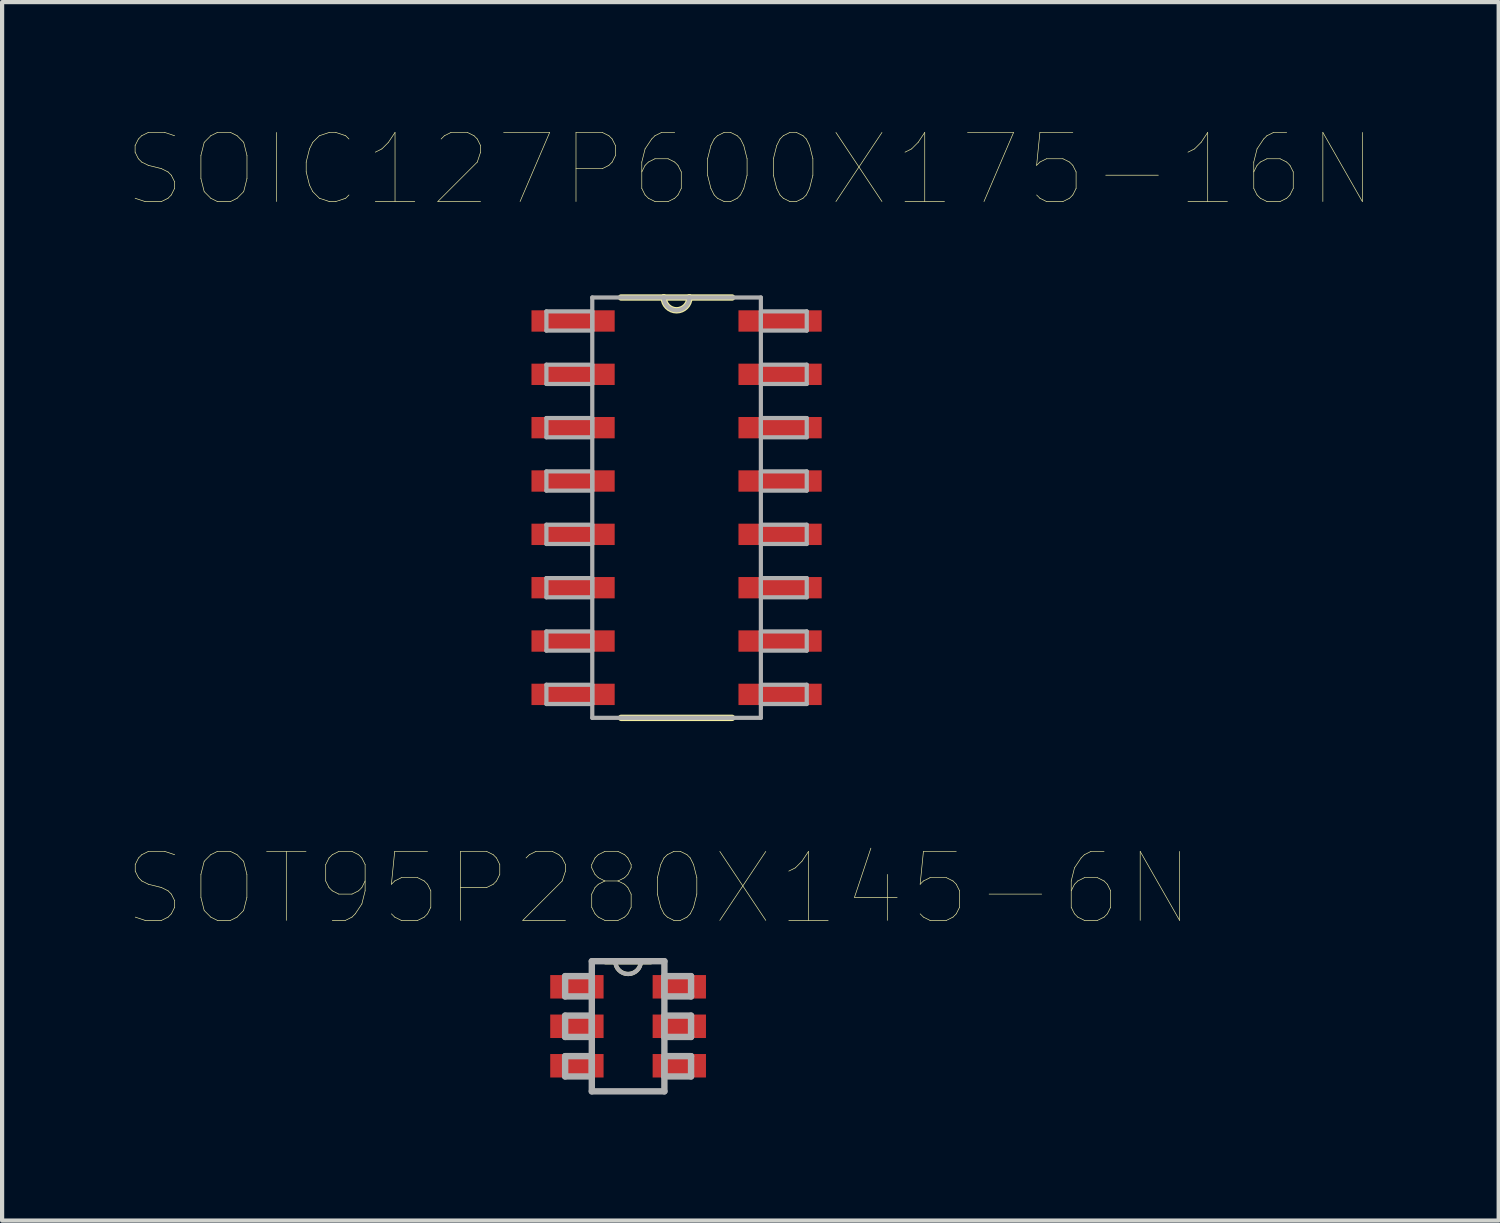
<source format=kicad_pcb>
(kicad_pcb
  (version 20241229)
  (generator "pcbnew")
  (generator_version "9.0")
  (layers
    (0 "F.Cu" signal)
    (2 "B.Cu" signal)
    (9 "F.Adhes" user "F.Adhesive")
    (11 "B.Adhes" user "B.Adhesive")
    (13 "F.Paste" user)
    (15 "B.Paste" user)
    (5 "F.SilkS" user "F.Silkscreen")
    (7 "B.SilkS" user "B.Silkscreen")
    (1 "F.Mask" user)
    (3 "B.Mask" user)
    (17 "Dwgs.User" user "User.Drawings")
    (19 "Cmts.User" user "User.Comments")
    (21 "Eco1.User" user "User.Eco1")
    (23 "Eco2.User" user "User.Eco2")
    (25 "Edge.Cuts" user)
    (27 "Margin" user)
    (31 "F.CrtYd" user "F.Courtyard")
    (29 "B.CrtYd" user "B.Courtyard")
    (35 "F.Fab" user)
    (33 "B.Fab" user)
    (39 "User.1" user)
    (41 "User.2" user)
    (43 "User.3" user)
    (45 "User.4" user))
  (footprint "SOIC127P600X175-16N"
    (layer "F.Cu")
    (at 13.058 9.037)
    (property "Reference" "SOIC127P600X175-16N" (at 1.757 -8.049 0) (layer "F.SilkS") (effects (font (size 1.645 1.645) (thickness 0.015))))
    (attr through_hole)
    (fp_line (start -1.321 5.004) (end 1.321 5.004) (stroke (width 0.152) (type solid)) (layer "F.SilkS"))
    (fp_line (start -0.305 -5.004) (end -1.321 -5.004) (stroke (width 0.152) (type solid)) (layer "F.SilkS"))
    (fp_line (start 0.305 -5.004) (end -0.305 -5.004) (stroke (width 0.152) (type solid)) (layer "F.SilkS"))
    (fp_line (start 1.321 -5.004) (end 0.305 -5.004) (stroke (width 0.152) (type solid)) (layer "F.SilkS"))
    (fp_arc (start 0.3048 -5.0038) (mid 0 -4.699) (end -0.3048 -5.0038) (stroke (width 0.1524) (type solid)) (layer "F.SilkS"))
    (fp_line (start -3.099 -4.674) (end -3.099 -4.216) (stroke (width 0.1) (type solid)) (layer "F.Fab"))
    (fp_line (start -3.099 -4.216) (end -2.007 -4.216) (stroke (width 0.1) (type solid)) (layer "F.Fab"))
    (fp_line (start -3.099 -3.404) (end -3.099 -2.946) (stroke (width 0.1) (type solid)) (layer "F.Fab"))
    (fp_line (start -3.099 -2.946) (end -2.007 -2.946) (stroke (width 0.1) (type solid)) (layer "F.Fab"))
    (fp_line (start -3.099 -2.134) (end -3.099 -1.676) (stroke (width 0.1) (type solid)) (layer "F.Fab"))
    (fp_line (start -3.099 -1.676) (end -2.007 -1.676) (stroke (width 0.1) (type solid)) (layer "F.Fab"))
    (fp_line (start -3.099 -0.864) (end -3.099 -0.406) (stroke (width 0.1) (type solid)) (layer "F.Fab"))
    (fp_line (start -3.099 -0.406) (end -2.007 -0.406) (stroke (width 0.1) (type solid)) (layer "F.Fab"))
    (fp_line (start -3.099 0.406) (end -3.099 0.864) (stroke (width 0.1) (type solid)) (layer "F.Fab"))
    (fp_line (start -3.099 0.864) (end -2.007 0.864) (stroke (width 0.1) (type solid)) (layer "F.Fab"))
    (fp_line (start -3.099 1.676) (end -3.099 2.134) (stroke (width 0.1) (type solid)) (layer "F.Fab"))
    (fp_line (start -3.099 2.134) (end -2.007 2.134) (stroke (width 0.1) (type solid)) (layer "F.Fab"))
    (fp_line (start -3.099 2.946) (end -3.099 3.404) (stroke (width 0.1) (type solid)) (layer "F.Fab"))
    (fp_line (start -3.099 3.404) (end -2.007 3.404) (stroke (width 0.1) (type solid)) (layer "F.Fab"))
    (fp_line (start -3.099 4.216) (end -3.099 4.674) (stroke (width 0.1) (type solid)) (layer "F.Fab"))
    (fp_line (start -3.099 4.674) (end -2.007 4.674) (stroke (width 0.1) (type solid)) (layer "F.Fab"))
    (fp_line (start -2.007 -5.004) (end -2.007 5.004) (stroke (width 0.1) (type solid)) (layer "F.Fab"))
    (fp_line (start -2.007 -4.674) (end -3.099 -4.674) (stroke (width 0.1) (type solid)) (layer "F.Fab"))
    (fp_line (start -2.007 -4.216) (end -2.007 -4.674) (stroke (width 0.1) (type solid)) (layer "F.Fab"))
    (fp_line (start -2.007 -3.404) (end -3.099 -3.404) (stroke (width 0.1) (type solid)) (layer "F.Fab"))
    (fp_line (start -2.007 -2.946) (end -2.007 -3.404) (stroke (width 0.1) (type solid)) (layer "F.Fab"))
    (fp_line (start -2.007 -2.134) (end -3.099 -2.134) (stroke (width 0.1) (type solid)) (layer "F.Fab"))
    (fp_line (start -2.007 -1.676) (end -2.007 -2.134) (stroke (width 0.1) (type solid)) (layer "F.Fab"))
    (fp_line (start -2.007 -0.864) (end -3.099 -0.864) (stroke (width 0.1) (type solid)) (layer "F.Fab"))
    (fp_line (start -2.007 -0.406) (end -2.007 -0.864) (stroke (width 0.1) (type solid)) (layer "F.Fab"))
    (fp_line (start -2.007 0.406) (end -3.099 0.406) (stroke (width 0.1) (type solid)) (layer "F.Fab"))
    (fp_line (start -2.007 0.864) (end -2.007 0.406) (stroke (width 0.1) (type solid)) (layer "F.Fab"))
    (fp_line (start -2.007 1.676) (end -3.099 1.676) (stroke (width 0.1) (type solid)) (layer "F.Fab"))
    (fp_line (start -2.007 2.134) (end -2.007 1.676) (stroke (width 0.1) (type solid)) (layer "F.Fab"))
    (fp_line (start -2.007 2.946) (end -3.099 2.946) (stroke (width 0.1) (type solid)) (layer "F.Fab"))
    (fp_line (start -2.007 3.404) (end -2.007 2.946) (stroke (width 0.1) (type solid)) (layer "F.Fab"))
    (fp_line (start -2.007 4.216) (end -3.099 4.216) (stroke (width 0.1) (type solid)) (layer "F.Fab"))
    (fp_line (start -2.007 4.674) (end -2.007 4.216) (stroke (width 0.1) (type solid)) (layer "F.Fab"))
    (fp_line (start -2.007 5.004) (end 2.007 5.004) (stroke (width 0.1) (type solid)) (layer "F.Fab"))
    (fp_line (start -0.305 -5.004) (end -2.007 -5.004) (stroke (width 0.1) (type solid)) (layer "F.Fab"))
    (fp_line (start 0.305 -5.004) (end -0.305 -5.004) (stroke (width 0.1) (type solid)) (layer "F.Fab"))
    (fp_line (start 2.007 -5.004) (end 0.305 -5.004) (stroke (width 0.1) (type solid)) (layer "F.Fab"))
    (fp_line (start 2.007 -4.674) (end 2.007 -4.216) (stroke (width 0.1) (type solid)) (layer "F.Fab"))
    (fp_line (start 2.007 -4.216) (end 3.099 -4.216) (stroke (width 0.1) (type solid)) (layer "F.Fab"))
    (fp_line (start 2.007 -3.404) (end 2.007 -2.946) (stroke (width 0.1) (type solid)) (layer "F.Fab"))
    (fp_line (start 2.007 -2.946) (end 3.099 -2.946) (stroke (width 0.1) (type solid)) (layer "F.Fab"))
    (fp_line (start 2.007 -2.134) (end 2.007 -1.676) (stroke (width 0.1) (type solid)) (layer "F.Fab"))
    (fp_line (start 2.007 -1.676) (end 3.099 -1.676) (stroke (width 0.1) (type solid)) (layer "F.Fab"))
    (fp_line (start 2.007 -0.864) (end 2.007 -0.406) (stroke (width 0.1) (type solid)) (layer "F.Fab"))
    (fp_line (start 2.007 -0.406) (end 3.099 -0.406) (stroke (width 0.1) (type solid)) (layer "F.Fab"))
    (fp_line (start 2.007 0.406) (end 2.007 0.864) (stroke (width 0.1) (type solid)) (layer "F.Fab"))
    (fp_line (start 2.007 0.864) (end 3.099 0.864) (stroke (width 0.1) (type solid)) (layer "F.Fab"))
    (fp_line (start 2.007 1.676) (end 2.007 2.134) (stroke (width 0.1) (type solid)) (layer "F.Fab"))
    (fp_line (start 2.007 2.134) (end 3.099 2.134) (stroke (width 0.1) (type solid)) (layer "F.Fab"))
    (fp_line (start 2.007 2.946) (end 2.007 3.404) (stroke (width 0.1) (type solid)) (layer "F.Fab"))
    (fp_line (start 2.007 3.404) (end 3.099 3.404) (stroke (width 0.1) (type solid)) (layer "F.Fab"))
    (fp_line (start 2.007 4.216) (end 2.007 4.674) (stroke (width 0.1) (type solid)) (layer "F.Fab"))
    (fp_line (start 2.007 4.674) (end 3.099 4.674) (stroke (width 0.1) (type solid)) (layer "F.Fab"))
    (fp_line (start 2.007 5.004) (end 2.007 -5.004) (stroke (width 0.1) (type solid)) (layer "F.Fab"))
    (fp_line (start 3.099 -4.674) (end 2.007 -4.674) (stroke (width 0.1) (type solid)) (layer "F.Fab"))
    (fp_line (start 3.099 -4.216) (end 3.099 -4.674) (stroke (width 0.1) (type solid)) (layer "F.Fab"))
    (fp_line (start 3.099 -3.404) (end 2.007 -3.404) (stroke (width 0.1) (type solid)) (layer "F.Fab"))
    (fp_line (start 3.099 -2.946) (end 3.099 -3.404) (stroke (width 0.1) (type solid)) (layer "F.Fab"))
    (fp_line (start 3.099 -2.134) (end 2.007 -2.134) (stroke (width 0.1) (type solid)) (layer "F.Fab"))
    (fp_line (start 3.099 -1.676) (end 3.099 -2.134) (stroke (width 0.1) (type solid)) (layer "F.Fab"))
    (fp_line (start 3.099 -0.864) (end 2.007 -0.864) (stroke (width 0.1) (type solid)) (layer "F.Fab"))
    (fp_line (start 3.099 -0.406) (end 3.099 -0.864) (stroke (width 0.1) (type solid)) (layer "F.Fab"))
    (fp_line (start 3.099 0.406) (end 2.007 0.406) (stroke (width 0.1) (type solid)) (layer "F.Fab"))
    (fp_line (start 3.099 0.864) (end 3.099 0.406) (stroke (width 0.1) (type solid)) (layer "F.Fab"))
    (fp_line (start 3.099 1.676) (end 2.007 1.676) (stroke (width 0.1) (type solid)) (layer "F.Fab"))
    (fp_line (start 3.099 2.134) (end 3.099 1.676) (stroke (width 0.1) (type solid)) (layer "F.Fab"))
    (fp_line (start 3.099 2.946) (end 2.007 2.946) (stroke (width 0.1) (type solid)) (layer "F.Fab"))
    (fp_line (start 3.099 3.404) (end 3.099 2.946) (stroke (width 0.1) (type solid)) (layer "F.Fab"))
    (fp_line (start 3.099 4.216) (end 2.007 4.216) (stroke (width 0.1) (type solid)) (layer "F.Fab"))
    (fp_line (start 3.099 4.674) (end 3.099 4.216) (stroke (width 0.1) (type solid)) (layer "F.Fab"))
    (fp_arc (start 0.3048 -5.0038) (mid 0 -4.699) (end -0.3048 -5.0038) (stroke (width 0.1) (type solid)) (layer "F.Fab"))
    (pad "1" smd rect (at -2.464 -4.445) (size 1.981 0.508) (layers "F.Cu" "F.Mask" "F.Paste"))
    (pad "2" smd rect (at -2.464 -3.175) (size 1.981 0.508) (layers "F.Cu" "F.Mask" "F.Paste"))
    (pad "3" smd rect (at -2.464 -1.905) (size 1.981 0.508) (layers "F.Cu" "F.Mask" "F.Paste"))
    (pad "4" smd rect (at -2.464 -0.635) (size 1.981 0.508) (layers "F.Cu" "F.Mask" "F.Paste"))
    (pad "5" smd rect (at -2.464 0.635) (size 1.981 0.508) (layers "F.Cu" "F.Mask" "F.Paste"))
    (pad "6" smd rect (at -2.464 1.905) (size 1.981 0.508) (layers "F.Cu" "F.Mask" "F.Paste"))
    (pad "7" smd rect (at -2.464 3.175) (size 1.981 0.508) (layers "F.Cu" "F.Mask" "F.Paste"))
    (pad "8" smd rect (at -2.464 4.445) (size 1.981 0.508) (layers "F.Cu" "F.Mask" "F.Paste"))
    (pad "9" smd rect (at 2.464 4.445) (size 1.981 0.508) (layers "F.Cu" "F.Mask" "F.Paste"))
    (pad "10" smd rect (at 2.464 3.175) (size 1.981 0.508) (layers "F.Cu" "F.Mask" "F.Paste"))
    (pad "11" smd rect (at 2.464 1.905) (size 1.981 0.508) (layers "F.Cu" "F.Mask" "F.Paste"))
    (pad "12" smd rect (at 2.464 0.635) (size 1.981 0.508) (layers "F.Cu" "F.Mask" "F.Paste"))
    (pad "13" smd rect (at 2.464 -0.635) (size 1.981 0.508) (layers "F.Cu" "F.Mask" "F.Paste"))
    (pad "14" smd rect (at 2.464 -1.905) (size 1.981 0.508) (layers "F.Cu" "F.Mask" "F.Paste"))
    (pad "15" smd rect (at 2.464 -3.175) (size 1.981 0.508) (layers "F.Cu" "F.Mask" "F.Paste"))
    (pad "16" smd rect (at 2.464 -4.445) (size 1.981 0.508) (layers "F.Cu" "F.Mask" "F.Paste")))
  (footprint "SOT95P280X145-6N"
    (layer "F.Cu")
    (at 11.904 21.384)
    (property "Reference" "SOT95P280X145-6N" (at 0.737 -3.28 0) (layer "F.SilkS") (effects (font (size 1.642 1.642) (thickness 0.015))))
    (attr through_hole)
    (fp_line (start -0.305 -1.549) (end -0.533 -1.549) (stroke (width 0.152) (type solid)) (layer "F.SilkS"))
    (fp_line (start 0.305 -1.549) (end -0.305 -1.549) (stroke (width 0.152) (type solid)) (layer "F.SilkS"))
    (fp_line (start 0.533 -1.549) (end 0.305 -1.549) (stroke (width 0.152) (type solid)) (layer "F.SilkS"))
    (fp_arc (start 0.3048 -1.5494) (mid 0 -1.2446) (end -0.3048 -1.5494) (stroke (width 0.1) (type solid)) (layer "F.SilkS"))
    (fp_line (start -1.499 -1.194) (end -1.499 -0.711) (stroke (width 0.152) (type solid)) (layer "F.Fab"))
    (fp_line (start -1.499 -0.711) (end -0.864 -0.711) (stroke (width 0.152) (type solid)) (layer "F.Fab"))
    (fp_line (start -1.499 -0.254) (end -1.499 0.254) (stroke (width 0.152) (type solid)) (layer "F.Fab"))
    (fp_line (start -1.499 0.254) (end -0.864 0.254) (stroke (width 0.152) (type solid)) (layer "F.Fab"))
    (fp_line (start -1.499 0.711) (end -1.499 1.194) (stroke (width 0.152) (type solid)) (layer "F.Fab"))
    (fp_line (start -1.499 1.194) (end -0.864 1.194) (stroke (width 0.152) (type solid)) (layer "F.Fab"))
    (fp_line (start -0.864 -1.549) (end -0.864 1.549) (stroke (width 0.152) (type solid)) (layer "F.Fab"))
    (fp_line (start -0.864 -1.194) (end -1.499 -1.194) (stroke (width 0.152) (type solid)) (layer "F.Fab"))
    (fp_line (start -0.864 -0.711) (end -0.864 -1.194) (stroke (width 0.152) (type solid)) (layer "F.Fab"))
    (fp_line (start -0.864 -0.254) (end -1.499 -0.254) (stroke (width 0.152) (type solid)) (layer "F.Fab"))
    (fp_line (start -0.864 0.254) (end -0.864 -0.254) (stroke (width 0.152) (type solid)) (layer "F.Fab"))
    (fp_line (start -0.864 0.711) (end -1.499 0.711) (stroke (width 0.152) (type solid)) (layer "F.Fab"))
    (fp_line (start -0.864 1.194) (end -0.864 0.711) (stroke (width 0.152) (type solid)) (layer "F.Fab"))
    (fp_line (start -0.864 1.549) (end 0.864 1.549) (stroke (width 0.152) (type solid)) (layer "F.Fab"))
    (fp_line (start -0.305 -1.549) (end -0.864 -1.549) (stroke (width 0.152) (type solid)) (layer "F.Fab"))
    (fp_line (start 0.305 -1.549) (end -0.305 -1.549) (stroke (width 0.152) (type solid)) (layer "F.Fab"))
    (fp_line (start 0.864 -1.549) (end 0.305 -1.549) (stroke (width 0.152) (type solid)) (layer "F.Fab"))
    (fp_line (start 0.864 -1.194) (end 0.864 -0.711) (stroke (width 0.152) (type solid)) (layer "F.Fab"))
    (fp_line (start 0.864 -0.711) (end 1.499 -0.711) (stroke (width 0.152) (type solid)) (layer "F.Fab"))
    (fp_line (start 0.864 -0.254) (end 0.864 0.254) (stroke (width 0.152) (type solid)) (layer "F.Fab"))
    (fp_line (start 0.864 0.254) (end 1.499 0.254) (stroke (width 0.152) (type solid)) (layer "F.Fab"))
    (fp_line (start 0.864 0.711) (end 0.864 1.194) (stroke (width 0.152) (type solid)) (layer "F.Fab"))
    (fp_line (start 0.864 1.194) (end 1.499 1.194) (stroke (width 0.152) (type solid)) (layer "F.Fab"))
    (fp_line (start 0.864 1.549) (end 0.864 -1.549) (stroke (width 0.152) (type solid)) (layer "F.Fab"))
    (fp_line (start 1.499 -1.194) (end 0.864 -1.194) (stroke (width 0.152) (type solid)) (layer "F.Fab"))
    (fp_line (start 1.499 -0.711) (end 1.499 -1.194) (stroke (width 0.152) (type solid)) (layer "F.Fab"))
    (fp_line (start 1.499 -0.254) (end 0.864 -0.254) (stroke (width 0.152) (type solid)) (layer "F.Fab"))
    (fp_line (start 1.499 0.254) (end 1.499 -0.254) (stroke (width 0.152) (type solid)) (layer "F.Fab"))
    (fp_line (start 1.499 0.711) (end 0.864 0.711) (stroke (width 0.152) (type solid)) (layer "F.Fab"))
    (fp_line (start 1.499 1.194) (end 1.499 0.711) (stroke (width 0.152) (type solid)) (layer "F.Fab"))
    (fp_arc (start 0.3048 -1.5494) (mid 0 -1.2446) (end -0.3048 -1.5494) (stroke (width 0.1) (type solid)) (layer "F.Fab"))
    (pad "1" smd rect (at -1.219 -0.94) (size 1.27 0.559) (layers "F.Cu" "F.Mask" "F.Paste"))
    (pad "2" smd rect (at -1.219 0) (size 1.27 0.559) (layers "F.Cu" "F.Mask" "F.Paste"))
    (pad "3" smd rect (at -1.219 0.94) (size 1.27 0.559) (layers "F.Cu" "F.Mask" "F.Paste"))
    (pad "4" smd rect (at 1.219 0.94) (size 1.27 0.559) (layers "F.Cu" "F.Mask" "F.Paste"))
    (pad "5" smd rect (at 1.219 0) (size 1.27 0.559) (layers "F.Cu" "F.Mask" "F.Paste"))
    (pad "6" smd rect (at 1.219 -0.94) (size 1.27 0.559) (layers "F.Cu" "F.Mask" "F.Paste")))
  (gr_rect
    (start -3 -3)
    (end 32.631 26.01)
    (stroke (width 0.1) (type default))
    (fill no)
    (layer "Edge.Cuts")))
</source>
